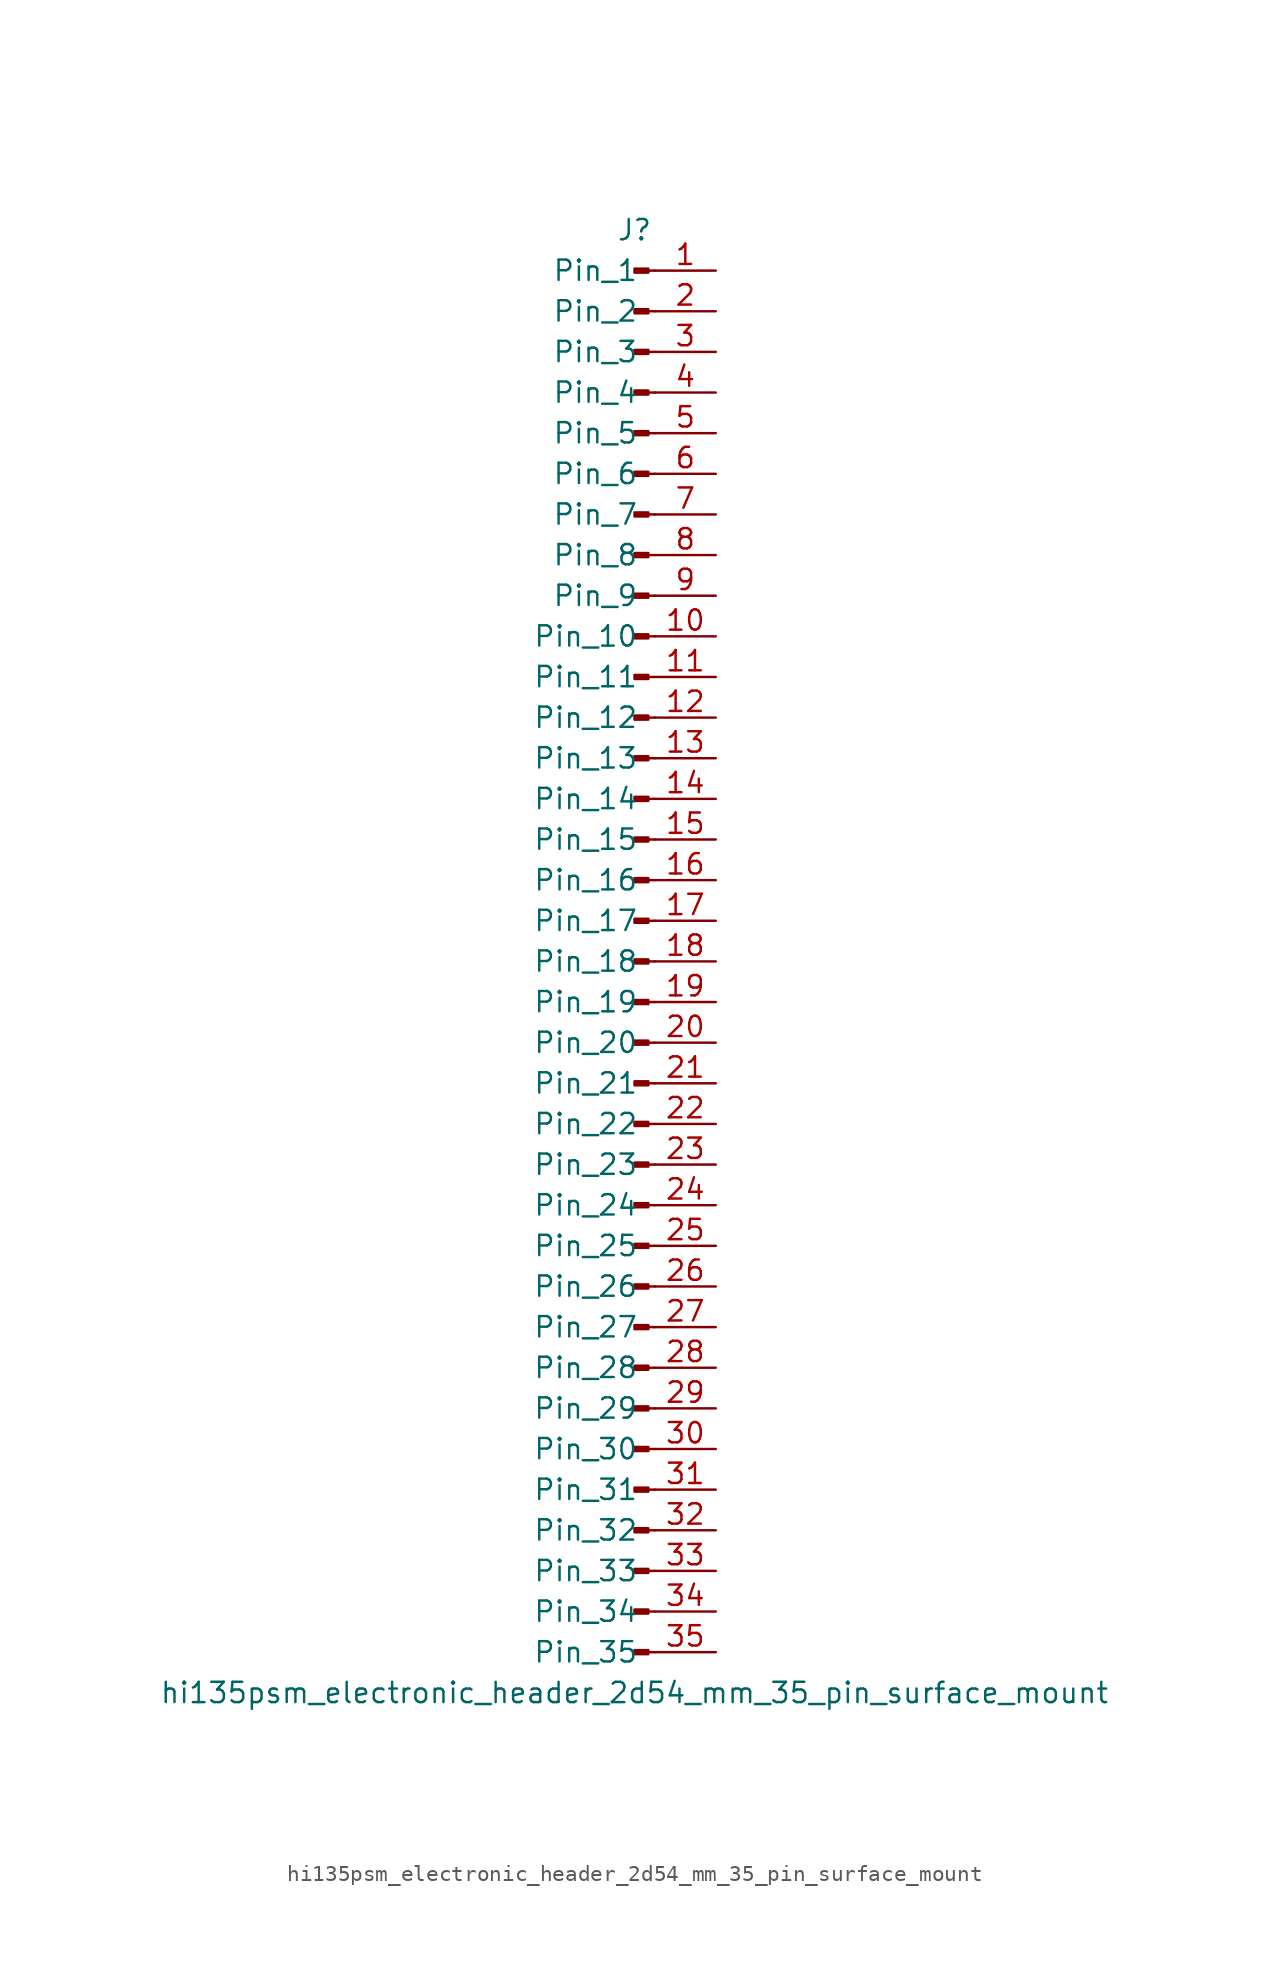
<source format=kicad_sym>
(kicad_symbol_lib
  (version 20220914)
  (generator kicad_symbol_editor)
  (symbol "hi135psm_electronic_header_2d54_mm_35_pin_surface_mount"
    (pin_names
      (offset 1.016))
    (property "Reference" "J"
      (at 0 45.72 0)
      (effects (font (size 1.27 1.27))))
    (property "Value" "hi135psm_electronic_header_2d54_mm_35_pin_surface_mount"
      (at 0 -45.72 0)
      (effects (font (size 1.27 1.27))))
    (property "ki_locked" ""
      (at 0 0 0)
      (effects (font (size 1.27 1.27))))
    (symbol "hi135psm_electronic_header_2d54_mm_35_pin_surface_mount_1_1"
      (polyline (pts (xy 1.27 -43.18) (xy 0.864 -43.18)) (stroke (width 0.152) (type default)) (fill (type none)))
      (polyline (pts (xy 1.27 -40.64) (xy 0.864 -40.64)) (stroke (width 0.152) (type default)) (fill (type none)))
      (polyline (pts (xy 1.27 -38.1) (xy 0.864 -38.1)) (stroke (width 0.152) (type default)) (fill (type none)))
      (polyline (pts (xy 1.27 -35.56) (xy 0.864 -35.56)) (stroke (width 0.152) (type default)) (fill (type none)))
      (polyline (pts (xy 1.27 -33.02) (xy 0.864 -33.02)) (stroke (width 0.152) (type default)) (fill (type none)))
      (polyline (pts (xy 1.27 -30.48) (xy 0.864 -30.48)) (stroke (width 0.152) (type default)) (fill (type none)))
      (polyline (pts (xy 1.27 -27.94) (xy 0.864 -27.94)) (stroke (width 0.152) (type default)) (fill (type none)))
      (polyline (pts (xy 1.27 -25.4) (xy 0.864 -25.4)) (stroke (width 0.152) (type default)) (fill (type none)))
      (polyline (pts (xy 1.27 -22.86) (xy 0.864 -22.86)) (stroke (width 0.152) (type default)) (fill (type none)))
      (polyline (pts (xy 1.27 -20.32) (xy 0.864 -20.32)) (stroke (width 0.152) (type default)) (fill (type none)))
      (polyline (pts (xy 1.27 -17.78) (xy 0.864 -17.78)) (stroke (width 0.152) (type default)) (fill (type none)))
      (polyline (pts (xy 1.27 -15.24) (xy 0.864 -15.24)) (stroke (width 0.152) (type default)) (fill (type none)))
      (polyline (pts (xy 1.27 -12.7) (xy 0.864 -12.7)) (stroke (width 0.152) (type default)) (fill (type none)))
      (polyline (pts (xy 1.27 -10.16) (xy 0.864 -10.16)) (stroke (width 0.152) (type default)) (fill (type none)))
      (polyline (pts (xy 1.27 -7.62) (xy 0.864 -7.62)) (stroke (width 0.152) (type default)) (fill (type none)))
      (polyline (pts (xy 1.27 -5.08) (xy 0.864 -5.08)) (stroke (width 0.152) (type default)) (fill (type none)))
      (polyline (pts (xy 1.27 -2.54) (xy 0.864 -2.54)) (stroke (width 0.152) (type default)) (fill (type none)))
      (polyline (pts (xy 1.27 0) (xy 0.864 0)) (stroke (width 0.152) (type default)) (fill (type none)))
      (polyline (pts (xy 1.27 2.54) (xy 0.864 2.54)) (stroke (width 0.152) (type default)) (fill (type none)))
      (polyline (pts (xy 1.27 5.08) (xy 0.864 5.08)) (stroke (width 0.152) (type default)) (fill (type none)))
      (polyline (pts (xy 1.27 7.62) (xy 0.864 7.62)) (stroke (width 0.152) (type default)) (fill (type none)))
      (polyline (pts (xy 1.27 10.16) (xy 0.864 10.16)) (stroke (width 0.152) (type default)) (fill (type none)))
      (polyline (pts (xy 1.27 12.7) (xy 0.864 12.7)) (stroke (width 0.152) (type default)) (fill (type none)))
      (polyline (pts (xy 1.27 15.24) (xy 0.864 15.24)) (stroke (width 0.152) (type default)) (fill (type none)))
      (polyline (pts (xy 1.27 17.78) (xy 0.864 17.78)) (stroke (width 0.152) (type default)) (fill (type none)))
      (polyline (pts (xy 1.27 20.32) (xy 0.864 20.32)) (stroke (width 0.152) (type default)) (fill (type none)))
      (polyline (pts (xy 1.27 22.86) (xy 0.864 22.86)) (stroke (width 0.152) (type default)) (fill (type none)))
      (polyline (pts (xy 1.27 25.4) (xy 0.864 25.4)) (stroke (width 0.152) (type default)) (fill (type none)))
      (polyline (pts (xy 1.27 27.94) (xy 0.864 27.94)) (stroke (width 0.152) (type default)) (fill (type none)))
      (polyline (pts (xy 1.27 30.48) (xy 0.864 30.48)) (stroke (width 0.152) (type default)) (fill (type none)))
      (polyline (pts (xy 1.27 33.02) (xy 0.864 33.02)) (stroke (width 0.152) (type default)) (fill (type none)))
      (polyline (pts (xy 1.27 35.56) (xy 0.864 35.56)) (stroke (width 0.152) (type default)) (fill (type none)))
      (polyline (pts (xy 1.27 38.1) (xy 0.864 38.1)) (stroke (width 0.152) (type default)) (fill (type none)))
      (polyline (pts (xy 1.27 40.64) (xy 0.864 40.64)) (stroke (width 0.152) (type default)) (fill (type none)))
      (polyline (pts (xy 1.27 43.18) (xy 0.864 43.18)) (stroke (width 0.152) (type default)) (fill (type none)))
      (rectangle (start 0.864 -43.053) (end 0 -43.307) (stroke (width 0.152) (type default)) (fill (type outline)))
      (rectangle (start 0.864 -40.513) (end 0 -40.767) (stroke (width 0.152) (type default)) (fill (type outline)))
      (rectangle (start 0.864 -37.973) (end 0 -38.227) (stroke (width 0.152) (type default)) (fill (type outline)))
      (rectangle (start 0.864 -35.433) (end 0 -35.687) (stroke (width 0.152) (type default)) (fill (type outline)))
      (rectangle (start 0.864 -32.893) (end 0 -33.147) (stroke (width 0.152) (type default)) (fill (type outline)))
      (rectangle (start 0.864 -30.353) (end 0 -30.607) (stroke (width 0.152) (type default)) (fill (type outline)))
      (rectangle (start 0.864 -27.813) (end 0 -28.067) (stroke (width 0.152) (type default)) (fill (type outline)))
      (rectangle (start 0.864 -25.273) (end 0 -25.527) (stroke (width 0.152) (type default)) (fill (type outline)))
      (rectangle (start 0.864 -22.733) (end 0 -22.987) (stroke (width 0.152) (type default)) (fill (type outline)))
      (rectangle (start 0.864 -20.193) (end 0 -20.447) (stroke (width 0.152) (type default)) (fill (type outline)))
      (rectangle (start 0.864 -17.653) (end 0 -17.907) (stroke (width 0.152) (type default)) (fill (type outline)))
      (rectangle (start 0.864 -15.113) (end 0 -15.367) (stroke (width 0.152) (type default)) (fill (type outline)))
      (rectangle (start 0.864 -12.573) (end 0 -12.827) (stroke (width 0.152) (type default)) (fill (type outline)))
      (rectangle (start 0.864 -10.033) (end 0 -10.287) (stroke (width 0.152) (type default)) (fill (type outline)))
      (rectangle (start 0.864 -7.493) (end 0 -7.747) (stroke (width 0.152) (type default)) (fill (type outline)))
      (rectangle (start 0.864 -4.953) (end 0 -5.207) (stroke (width 0.152) (type default)) (fill (type outline)))
      (rectangle (start 0.864 -2.413) (end 0 -2.667) (stroke (width 0.152) (type default)) (fill (type outline)))
      (rectangle (start 0.864 0.127) (end 0 -0.127) (stroke (width 0.152) (type default)) (fill (type outline)))
      (rectangle (start 0.864 2.667) (end 0 2.413) (stroke (width 0.152) (type default)) (fill (type outline)))
      (rectangle (start 0.864 5.207) (end 0 4.953) (stroke (width 0.152) (type default)) (fill (type outline)))
      (rectangle (start 0.864 7.747) (end 0 7.493) (stroke (width 0.152) (type default)) (fill (type outline)))
      (rectangle (start 0.864 10.287) (end 0 10.033) (stroke (width 0.152) (type default)) (fill (type outline)))
      (rectangle (start 0.864 12.827) (end 0 12.573) (stroke (width 0.152) (type default)) (fill (type outline)))
      (rectangle (start 0.864 15.367) (end 0 15.113) (stroke (width 0.152) (type default)) (fill (type outline)))
      (rectangle (start 0.864 17.907) (end 0 17.653) (stroke (width 0.152) (type default)) (fill (type outline)))
      (rectangle (start 0.864 20.447) (end 0 20.193) (stroke (width 0.152) (type default)) (fill (type outline)))
      (rectangle (start 0.864 22.987) (end 0 22.733) (stroke (width 0.152) (type default)) (fill (type outline)))
      (rectangle (start 0.864 25.527) (end 0 25.273) (stroke (width 0.152) (type default)) (fill (type outline)))
      (rectangle (start 0.864 28.067) (end 0 27.813) (stroke (width 0.152) (type default)) (fill (type outline)))
      (rectangle (start 0.864 30.607) (end 0 30.353) (stroke (width 0.152) (type default)) (fill (type outline)))
      (rectangle (start 0.864 33.147) (end 0 32.893) (stroke (width 0.152) (type default)) (fill (type outline)))
      (rectangle (start 0.864 35.687) (end 0 35.433) (stroke (width 0.152) (type default)) (fill (type outline)))
      (rectangle (start 0.864 38.227) (end 0 37.973) (stroke (width 0.152) (type default)) (fill (type outline)))
      (rectangle (start 0.864 40.767) (end 0 40.513) (stroke (width 0.152) (type default)) (fill (type outline)))
      (rectangle (start 0.864 43.307) (end 0 43.053) (stroke (width 0.152) (type default)) (fill (type outline)))
      (pin passive line (at 5.08 43.18 180) (length 3.81) (name "Pin_1" (effects (font (size 1.27 1.27)))) (number "1" (effects (font (size 1.27 1.27)))))
      (pin passive line (at 5.08 20.32 180) (length 3.81) (name "Pin_10" (effects (font (size 1.27 1.27)))) (number "10" (effects (font (size 1.27 1.27)))))
      (pin passive line (at 5.08 17.78 180) (length 3.81) (name "Pin_11" (effects (font (size 1.27 1.27)))) (number "11" (effects (font (size 1.27 1.27)))))
      (pin passive line (at 5.08 15.24 180) (length 3.81) (name "Pin_12" (effects (font (size 1.27 1.27)))) (number "12" (effects (font (size 1.27 1.27)))))
      (pin passive line (at 5.08 12.7 180) (length 3.81) (name "Pin_13" (effects (font (size 1.27 1.27)))) (number "13" (effects (font (size 1.27 1.27)))))
      (pin passive line (at 5.08 10.16 180) (length 3.81) (name "Pin_14" (effects (font (size 1.27 1.27)))) (number "14" (effects (font (size 1.27 1.27)))))
      (pin passive line (at 5.08 7.62 180) (length 3.81) (name "Pin_15" (effects (font (size 1.27 1.27)))) (number "15" (effects (font (size 1.27 1.27)))))
      (pin passive line (at 5.08 5.08 180) (length 3.81) (name "Pin_16" (effects (font (size 1.27 1.27)))) (number "16" (effects (font (size 1.27 1.27)))))
      (pin passive line (at 5.08 2.54 180) (length 3.81) (name "Pin_17" (effects (font (size 1.27 1.27)))) (number "17" (effects (font (size 1.27 1.27)))))
      (pin passive line (at 5.08 0 180) (length 3.81) (name "Pin_18" (effects (font (size 1.27 1.27)))) (number "18" (effects (font (size 1.27 1.27)))))
      (pin passive line (at 5.08 -2.54 180) (length 3.81) (name "Pin_19" (effects (font (size 1.27 1.27)))) (number "19" (effects (font (size 1.27 1.27)))))
      (pin passive line (at 5.08 40.64 180) (length 3.81) (name "Pin_2" (effects (font (size 1.27 1.27)))) (number "2" (effects (font (size 1.27 1.27)))))
      (pin passive line (at 5.08 -5.08 180) (length 3.81) (name "Pin_20" (effects (font (size 1.27 1.27)))) (number "20" (effects (font (size 1.27 1.27)))))
      (pin passive line (at 5.08 -7.62 180) (length 3.81) (name "Pin_21" (effects (font (size 1.27 1.27)))) (number "21" (effects (font (size 1.27 1.27)))))
      (pin passive line (at 5.08 -10.16 180) (length 3.81) (name "Pin_22" (effects (font (size 1.27 1.27)))) (number "22" (effects (font (size 1.27 1.27)))))
      (pin passive line (at 5.08 -12.7 180) (length 3.81) (name "Pin_23" (effects (font (size 1.27 1.27)))) (number "23" (effects (font (size 1.27 1.27)))))
      (pin passive line (at 5.08 -15.24 180) (length 3.81) (name "Pin_24" (effects (font (size 1.27 1.27)))) (number "24" (effects (font (size 1.27 1.27)))))
      (pin passive line (at 5.08 -17.78 180) (length 3.81) (name "Pin_25" (effects (font (size 1.27 1.27)))) (number "25" (effects (font (size 1.27 1.27)))))
      (pin passive line (at 5.08 -20.32 180) (length 3.81) (name "Pin_26" (effects (font (size 1.27 1.27)))) (number "26" (effects (font (size 1.27 1.27)))))
      (pin passive line (at 5.08 -22.86 180) (length 3.81) (name "Pin_27" (effects (font (size 1.27 1.27)))) (number "27" (effects (font (size 1.27 1.27)))))
      (pin passive line (at 5.08 -25.4 180) (length 3.81) (name "Pin_28" (effects (font (size 1.27 1.27)))) (number "28" (effects (font (size 1.27 1.27)))))
      (pin passive line (at 5.08 -27.94 180) (length 3.81) (name "Pin_29" (effects (font (size 1.27 1.27)))) (number "29" (effects (font (size 1.27 1.27)))))
      (pin passive line (at 5.08 38.1 180) (length 3.81) (name "Pin_3" (effects (font (size 1.27 1.27)))) (number "3" (effects (font (size 1.27 1.27)))))
      (pin passive line (at 5.08 -30.48 180) (length 3.81) (name "Pin_30" (effects (font (size 1.27 1.27)))) (number "30" (effects (font (size 1.27 1.27)))))
      (pin passive line (at 5.08 -33.02 180) (length 3.81) (name "Pin_31" (effects (font (size 1.27 1.27)))) (number "31" (effects (font (size 1.27 1.27)))))
      (pin passive line (at 5.08 -35.56 180) (length 3.81) (name "Pin_32" (effects (font (size 1.27 1.27)))) (number "32" (effects (font (size 1.27 1.27)))))
      (pin passive line (at 5.08 -38.1 180) (length 3.81) (name "Pin_33" (effects (font (size 1.27 1.27)))) (number "33" (effects (font (size 1.27 1.27)))))
      (pin passive line (at 5.08 -40.64 180) (length 3.81) (name "Pin_34" (effects (font (size 1.27 1.27)))) (number "34" (effects (font (size 1.27 1.27)))))
      (pin passive line (at 5.08 -43.18 180) (length 3.81) (name "Pin_35" (effects (font (size 1.27 1.27)))) (number "35" (effects (font (size 1.27 1.27)))))
      (pin passive line (at 5.08 35.56 180) (length 3.81) (name "Pin_4" (effects (font (size 1.27 1.27)))) (number "4" (effects (font (size 1.27 1.27)))))
      (pin passive line (at 5.08 33.02 180) (length 3.81) (name "Pin_5" (effects (font (size 1.27 1.27)))) (number "5" (effects (font (size 1.27 1.27)))))
      (pin passive line (at 5.08 30.48 180) (length 3.81) (name "Pin_6" (effects (font (size 1.27 1.27)))) (number "6" (effects (font (size 1.27 1.27)))))
      (pin passive line (at 5.08 27.94 180) (length 3.81) (name "Pin_7" (effects (font (size 1.27 1.27)))) (number "7" (effects (font (size 1.27 1.27)))))
      (pin passive line (at 5.08 25.4 180) (length 3.81) (name "Pin_8" (effects (font (size 1.27 1.27)))) (number "8" (effects (font (size 1.27 1.27)))))
      (pin passive line (at 5.08 22.86 180) (length 3.81) (name "Pin_9" (effects (font (size 1.27 1.27)))) (number "9" (effects (font (size 1.27 1.27))))))))
</source>
